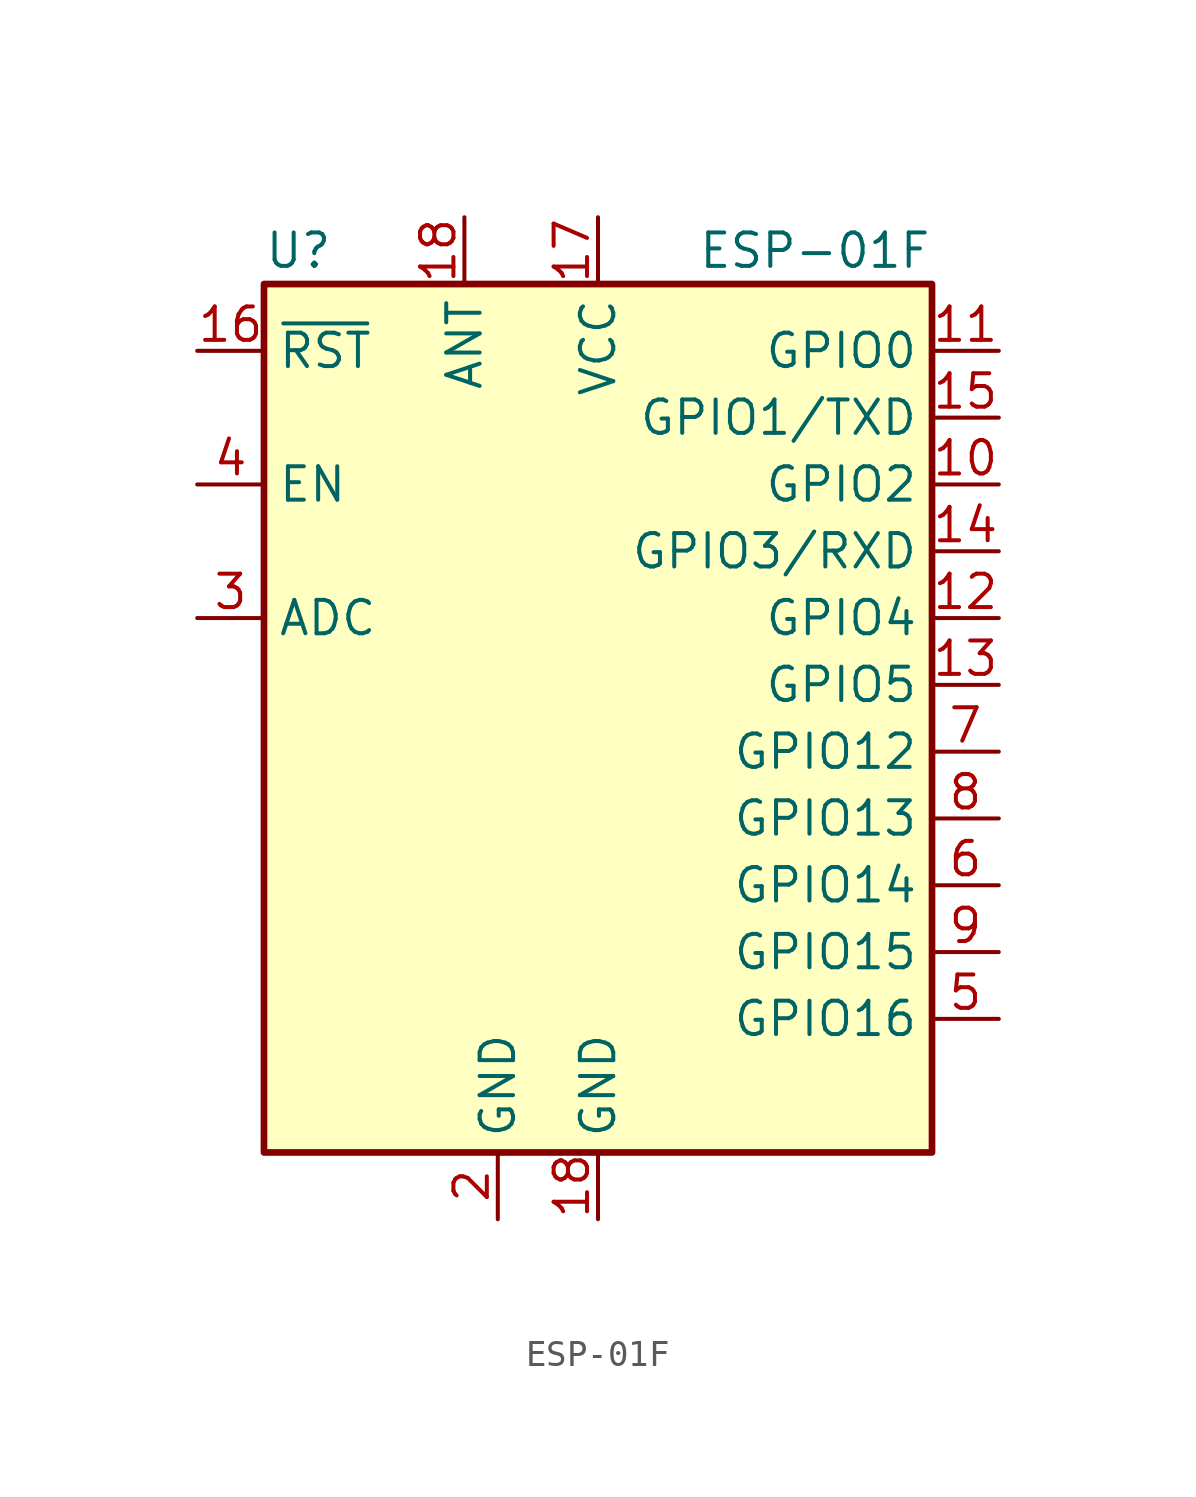
<source format=kicad_sym>
(kicad_symbol_lib
  (version 20211014)
  (generator kicad_symbol_editor)
  (symbol "ESP-01F"
    (property "Reference" "U"
      (at -12.7 19.05 0)
      (effects (font (size 1.27 1.27)) (justify left)))
    (property "Value" "ESP-01F"
      (at 12.7 19.05 0)
      (effects (font (size 1.27 1.27)) (justify right)))
    (symbol "ESP-01F_0_1"
      (rectangle (start -12.7 17.78) (end 12.7 -15.24) (stroke (width 0.254) (type default) (color 0 0 0 0)) (fill (type background))))
    (symbol "ESP-01F_1_1"
      (pin bidirectional line (at 15.24 10.16 180) (length 2.54) (name "GPIO2" (effects (font (size 1.27 1.27)))) (number "10" (effects (font (size 1.27 1.27)))))
      (pin bidirectional line (at 15.24 15.24 180) (length 2.54) (name "GPIO0" (effects (font (size 1.27 1.27)))) (number "11" (effects (font (size 1.27 1.27)))))
      (pin bidirectional line (at 15.24 5.08 180) (length 2.54) (name "GPIO4" (effects (font (size 1.27 1.27)))) (number "12" (effects (font (size 1.27 1.27)))))
      (pin bidirectional line (at 15.24 2.54 180) (length 2.54) (name "GPIO5" (effects (font (size 1.27 1.27)))) (number "13" (effects (font (size 1.27 1.27)))))
      (pin bidirectional line (at 15.24 7.62 180) (length 2.54) (name "GPIO3/RXD" (effects (font (size 1.27 1.27)))) (number "14" (effects (font (size 1.27 1.27)))))
      (pin bidirectional line (at 15.24 12.7 180) (length 2.54) (name "GPIO1/TXD" (effects (font (size 1.27 1.27)))) (number "15" (effects (font (size 1.27 1.27)))))
      (pin input line (at -15.24 15.24 0) (length 2.54) (name "~{RST}" (effects (font (size 1.27 1.27)))) (number "16" (effects (font (size 1.27 1.27)))))
      (pin power_in line (at 0 20.32 270) (length 2.54) (name "VCC" (effects (font (size 1.27 1.27)))) (number "17" (effects (font (size 1.27 1.27)))))
      (pin unspecified line (at -5.08 20.32 270) (length 2.54) (name "ANT" (effects (font (size 1.27 1.27)))) (number "18" (effects (font (size 1.27 1.27)))))
      (pin power_in line (at 0 -17.78 90) (length 2.54) (name "GND" (effects (font (size 1.27 1.27)))) (number "18" (effects (font (size 1.27 1.27)))))
      (pin power_in line (at -3.81 -17.78 90) (length 2.54) (name "GND" (effects (font (size 1.27 1.27)))) (number "2" (effects (font (size 1.27 1.27)))))
      (pin input line (at -15.24 5.08 0) (length 2.54) (name "ADC" (effects (font (size 1.27 1.27)))) (number "3" (effects (font (size 1.27 1.27)))))
      (pin input line (at -15.24 10.16 0) (length 2.54) (name "EN" (effects (font (size 1.27 1.27)))) (number "4" (effects (font (size 1.27 1.27)))))
      (pin bidirectional line (at 15.24 -10.16 180) (length 2.54) (name "GPIO16" (effects (font (size 1.27 1.27)))) (number "5" (effects (font (size 1.27 1.27)))))
      (pin bidirectional line (at 15.24 -5.08 180) (length 2.54) (name "GPIO14" (effects (font (size 1.27 1.27)))) (number "6" (effects (font (size 1.27 1.27)))))
      (pin bidirectional line (at 15.24 0 180) (length 2.54) (name "GPIO12" (effects (font (size 1.27 1.27)))) (number "7" (effects (font (size 1.27 1.27)))))
      (pin bidirectional line (at 15.24 -2.54 180) (length 2.54) (name "GPIO13" (effects (font (size 1.27 1.27)))) (number "8" (effects (font (size 1.27 1.27)))))
      (pin bidirectional line (at 15.24 -7.62 180) (length 2.54) (name "GPIO15" (effects (font (size 1.27 1.27)))) (number "9" (effects (font (size 1.27 1.27))))))))
</source>
